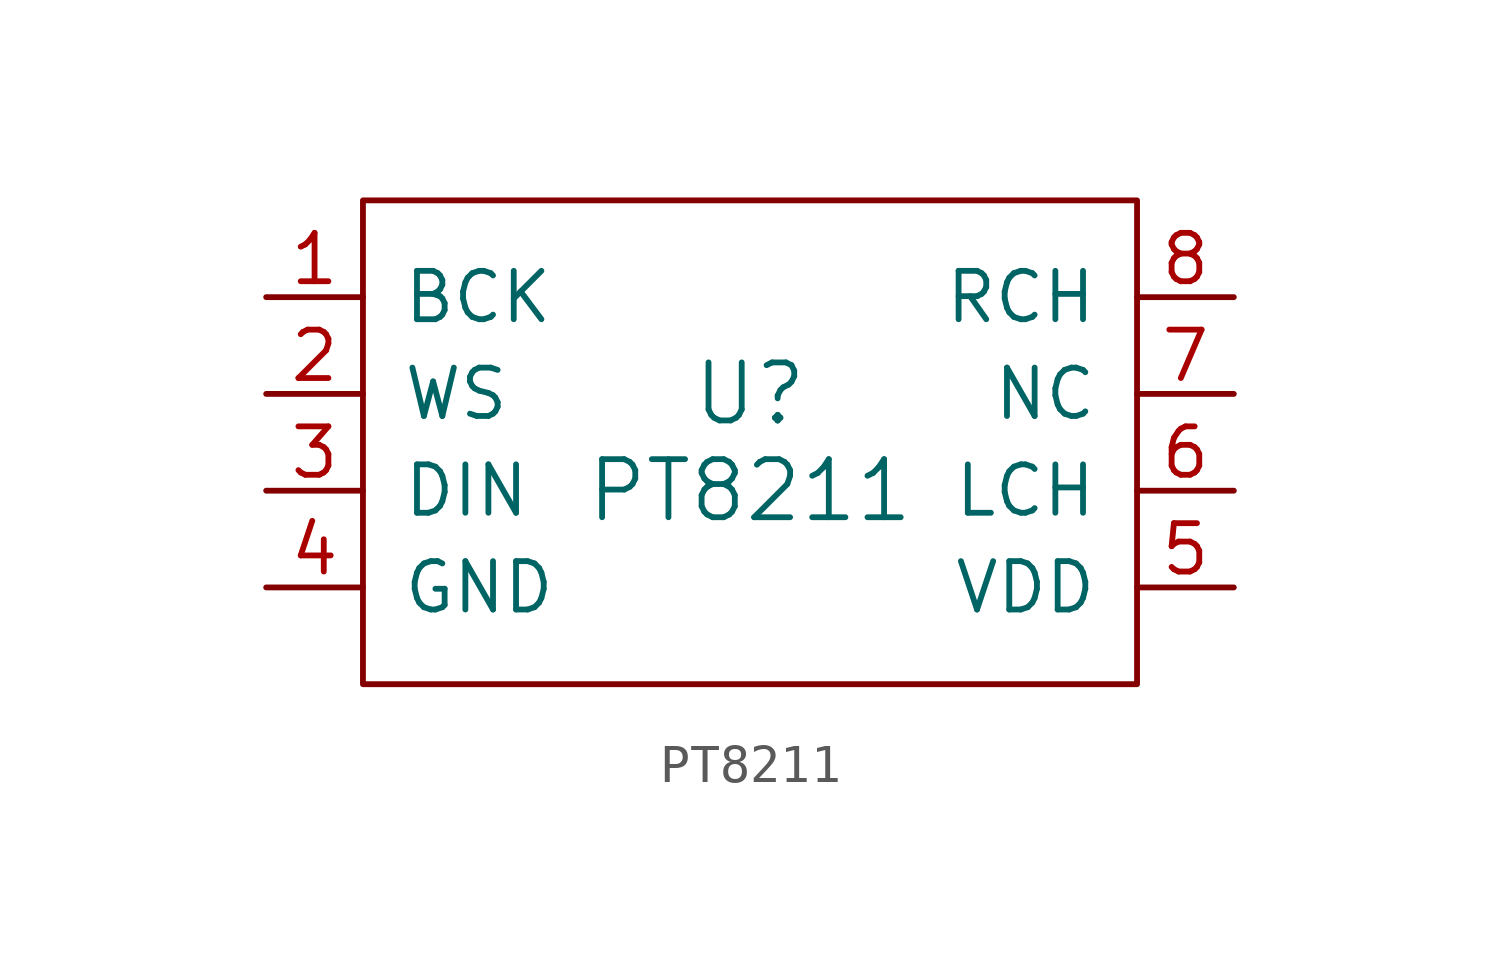
<source format=kicad_sym>
(kicad_symbol_lib
  (version 20211014)
  (generator kicad_symbol_editor)
  (symbol "PT8211"
    (pin_names
      (offset 1.016))
    (property "Reference" "U"
      (at 0 0 0)
      (effects (font (size 1.524 1.524))))
    (property "Value" "PT8211"
      (at 0 -2.54 0)
      (effects (font (size 1.524 1.524))))
    (symbol "PT8211_0_1"
      (rectangle (start -10.16 5.08) (end 10.16 -7.62) (stroke (width 0) (type default) (color 0 0 0 0)) (fill (type none))))
    (symbol "PT8211_1_1"
      (pin input line (at -12.7 2.54 0) (length 2.54) (name "BCK" (effects (font (size 1.27 1.27)))) (number "1" (effects (font (size 1.27 1.27)))))
      (pin input line (at -12.7 0 0) (length 2.54) (name "WS" (effects (font (size 1.27 1.27)))) (number "2" (effects (font (size 1.27 1.27)))))
      (pin input line (at -12.7 -2.54 0) (length 2.54) (name "DIN" (effects (font (size 1.27 1.27)))) (number "3" (effects (font (size 1.27 1.27)))))
      (pin power_in line (at -12.7 -5.08 0) (length 2.54) (name "GND" (effects (font (size 1.27 1.27)))) (number "4" (effects (font (size 1.27 1.27)))))
      (pin power_in line (at 12.7 -5.08 180) (length 2.54) (name "VDD" (effects (font (size 1.27 1.27)))) (number "5" (effects (font (size 1.27 1.27)))))
      (pin output line (at 12.7 -2.54 180) (length 2.54) (name "LCH" (effects (font (size 1.27 1.27)))) (number "6" (effects (font (size 1.27 1.27)))))
      (pin unspecified line (at 12.7 0 180) (length 2.54) (name "NC" (effects (font (size 1.27 1.27)))) (number "7" (effects (font (size 1.27 1.27)))))
      (pin output line (at 12.7 2.54 180) (length 2.54) (name "RCH" (effects (font (size 1.27 1.27)))) (number "8" (effects (font (size 1.27 1.27))))))))
</source>
